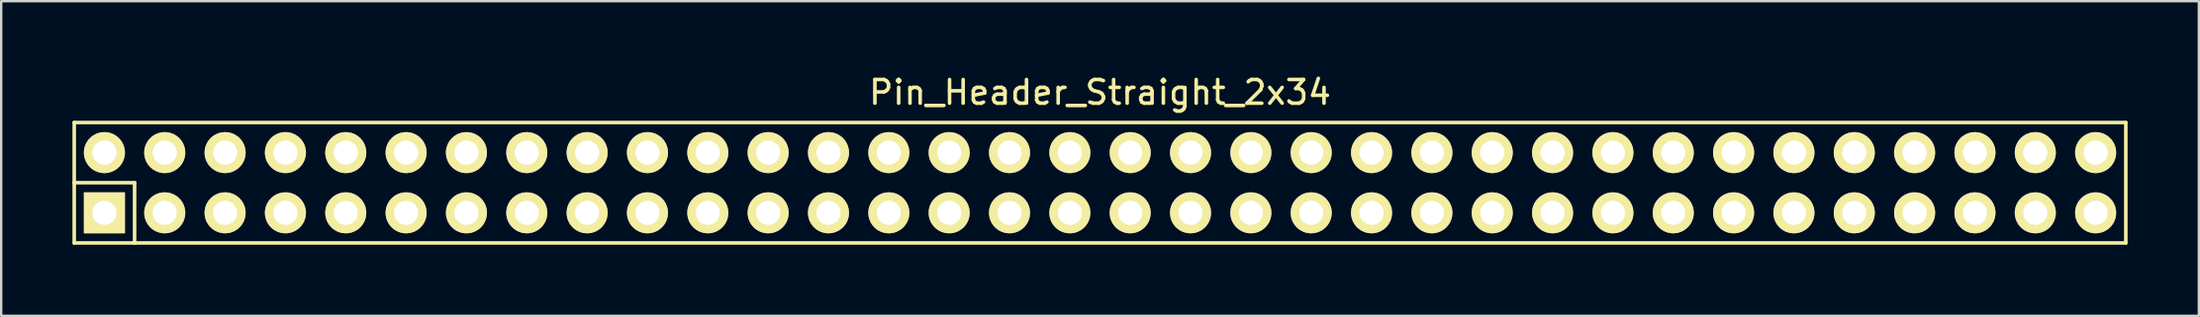
<source format=kicad_pcb>
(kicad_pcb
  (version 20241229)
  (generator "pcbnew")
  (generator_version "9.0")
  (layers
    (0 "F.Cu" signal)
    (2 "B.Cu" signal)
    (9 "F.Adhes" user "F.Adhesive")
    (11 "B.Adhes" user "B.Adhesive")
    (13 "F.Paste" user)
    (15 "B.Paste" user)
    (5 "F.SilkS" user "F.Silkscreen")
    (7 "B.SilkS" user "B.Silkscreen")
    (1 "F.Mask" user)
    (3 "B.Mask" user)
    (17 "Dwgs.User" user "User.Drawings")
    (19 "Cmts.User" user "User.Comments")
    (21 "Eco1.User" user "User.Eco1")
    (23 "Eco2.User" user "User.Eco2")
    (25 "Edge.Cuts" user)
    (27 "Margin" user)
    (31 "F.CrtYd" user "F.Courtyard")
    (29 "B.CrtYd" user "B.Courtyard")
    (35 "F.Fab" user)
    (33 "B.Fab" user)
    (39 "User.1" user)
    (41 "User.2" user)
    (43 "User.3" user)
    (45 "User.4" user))
  (footprint "Pin_Header_Straight_2x34"
    (layer "F.Cu")
    (at 43.255 4.658)
    (property "Reference" "Pin_Header_Straight_2x34" (at 0 -3.81 0) (layer "F.SilkS") (effects (font (size 1 1) (thickness 0.15))))
    (attr through_hole)
    (fp_line (start -43.18 -2.54) (end -43.18 0) (stroke (width 0.15) (type solid)) (layer "F.SilkS"))
    (fp_line (start -43.18 0) (end -40.64 0) (stroke (width 0.15) (type solid)) (layer "F.SilkS"))
    (fp_line (start -43.18 2.54) (end -43.18 0) (stroke (width 0.15) (type solid)) (layer "F.SilkS"))
    (fp_line (start -43.18 2.54) (end -40.64 2.54) (stroke (width 0.15) (type solid)) (layer "F.SilkS"))
    (fp_line (start -40.64 0) (end -40.64 2.54) (stroke (width 0.15) (type solid)) (layer "F.SilkS"))
    (fp_line (start -40.64 2.54) (end 43.18 2.54) (stroke (width 0.15) (type solid)) (layer "F.SilkS"))
    (fp_line (start 43.18 -2.54) (end -43.18 -2.54) (stroke (width 0.15) (type solid)) (layer "F.SilkS"))
    (fp_line (start 43.18 -2.54) (end 43.18 2.54) (stroke (width 0.15) (type solid)) (layer "F.SilkS"))
    (pad "1" thru_hole rect (at -41.91 1.27) (size 1.727 1.727) (drill 1.016) (layers "*.Cu" "*.Mask" "F.SilkS"))
    (pad "2" thru_hole oval (at -41.91 -1.27) (size 1.727 1.727) (drill 1.016) (layers "*.Cu" "*.Mask" "F.SilkS"))
    (pad "3" thru_hole oval (at -39.37 1.27) (size 1.727 1.727) (drill 1.016) (layers "*.Cu" "*.Mask" "F.SilkS"))
    (pad "4" thru_hole oval (at -39.37 -1.27) (size 1.727 1.727) (drill 1.016) (layers "*.Cu" "*.Mask" "F.SilkS"))
    (pad "5" thru_hole oval (at -36.83 1.27) (size 1.727 1.727) (drill 1.016) (layers "*.Cu" "*.Mask" "F.SilkS"))
    (pad "6" thru_hole oval (at -36.83 -1.27) (size 1.727 1.727) (drill 1.016) (layers "*.Cu" "*.Mask" "F.SilkS"))
    (pad "7" thru_hole oval (at -34.29 1.27) (size 1.727 1.727) (drill 1.016) (layers "*.Cu" "*.Mask" "F.SilkS"))
    (pad "8" thru_hole oval (at -34.29 -1.27) (size 1.727 1.727) (drill 1.016) (layers "*.Cu" "*.Mask" "F.SilkS"))
    (pad "9" thru_hole oval (at -31.75 1.27) (size 1.727 1.727) (drill 1.016) (layers "*.Cu" "*.Mask" "F.SilkS"))
    (pad "10" thru_hole oval (at -31.75 -1.27) (size 1.727 1.727) (drill 1.016) (layers "*.Cu" "*.Mask" "F.SilkS"))
    (pad "11" thru_hole oval (at -29.21 1.27) (size 1.727 1.727) (drill 1.016) (layers "*.Cu" "*.Mask" "F.SilkS"))
    (pad "12" thru_hole oval (at -29.21 -1.27) (size 1.727 1.727) (drill 1.016) (layers "*.Cu" "*.Mask" "F.SilkS"))
    (pad "13" thru_hole oval (at -26.67 1.27) (size 1.727 1.727) (drill 1.016) (layers "*.Cu" "*.Mask" "F.SilkS"))
    (pad "14" thru_hole oval (at -26.67 -1.27) (size 1.727 1.727) (drill 1.016) (layers "*.Cu" "*.Mask" "F.SilkS"))
    (pad "15" thru_hole oval (at -24.13 1.27) (size 1.727 1.727) (drill 1.016) (layers "*.Cu" "*.Mask" "F.SilkS"))
    (pad "16" thru_hole oval (at -24.13 -1.27) (size 1.727 1.727) (drill 1.016) (layers "*.Cu" "*.Mask" "F.SilkS"))
    (pad "17" thru_hole oval (at -21.59 1.27) (size 1.727 1.727) (drill 1.016) (layers "*.Cu" "*.Mask" "F.SilkS"))
    (pad "18" thru_hole oval (at -21.59 -1.27) (size 1.727 1.727) (drill 1.016) (layers "*.Cu" "*.Mask" "F.SilkS"))
    (pad "19" thru_hole oval (at -19.05 1.27) (size 1.727 1.727) (drill 1.016) (layers "*.Cu" "*.Mask" "F.SilkS"))
    (pad "20" thru_hole oval (at -19.05 -1.27) (size 1.727 1.727) (drill 1.016) (layers "*.Cu" "*.Mask" "F.SilkS"))
    (pad "21" thru_hole oval (at -16.51 1.27) (size 1.727 1.727) (drill 1.016) (layers "*.Cu" "*.Mask" "F.SilkS"))
    (pad "22" thru_hole oval (at -16.51 -1.27) (size 1.727 1.727) (drill 1.016) (layers "*.Cu" "*.Mask" "F.SilkS"))
    (pad "23" thru_hole oval (at -13.97 1.27) (size 1.727 1.727) (drill 1.016) (layers "*.Cu" "*.Mask" "F.SilkS"))
    (pad "24" thru_hole oval (at -13.97 -1.27) (size 1.727 1.727) (drill 1.016) (layers "*.Cu" "*.Mask" "F.SilkS"))
    (pad "25" thru_hole oval (at -11.43 1.27) (size 1.727 1.727) (drill 1.016) (layers "*.Cu" "*.Mask" "F.SilkS"))
    (pad "26" thru_hole oval (at -11.43 -1.27) (size 1.727 1.727) (drill 1.016) (layers "*.Cu" "*.Mask" "F.SilkS"))
    (pad "27" thru_hole oval (at -8.89 1.27) (size 1.727 1.727) (drill 1.016) (layers "*.Cu" "*.Mask" "F.SilkS"))
    (pad "28" thru_hole oval (at -8.89 -1.27) (size 1.727 1.727) (drill 1.016) (layers "*.Cu" "*.Mask" "F.SilkS"))
    (pad "29" thru_hole oval (at -6.35 1.27) (size 1.727 1.727) (drill 1.016) (layers "*.Cu" "*.Mask" "F.SilkS"))
    (pad "30" thru_hole oval (at -6.35 -1.27) (size 1.727 1.727) (drill 1.016) (layers "*.Cu" "*.Mask" "F.SilkS"))
    (pad "31" thru_hole oval (at -3.81 1.27) (size 1.727 1.727) (drill 1.016) (layers "*.Cu" "*.Mask" "F.SilkS"))
    (pad "32" thru_hole oval (at -3.81 -1.27) (size 1.727 1.727) (drill 1.016) (layers "*.Cu" "*.Mask" "F.SilkS"))
    (pad "33" thru_hole oval (at -1.27 1.27) (size 1.727 1.727) (drill 1.016) (layers "*.Cu" "*.Mask" "F.SilkS"))
    (pad "34" thru_hole oval (at -1.27 -1.27) (size 1.727 1.727) (drill 1.016) (layers "*.Cu" "*.Mask" "F.SilkS"))
    (pad "35" thru_hole oval (at 1.27 1.27) (size 1.727 1.727) (drill 1.016) (layers "*.Cu" "*.Mask" "F.SilkS"))
    (pad "36" thru_hole oval (at 1.27 -1.27) (size 1.727 1.727) (drill 1.016) (layers "*.Cu" "*.Mask" "F.SilkS"))
    (pad "37" thru_hole oval (at 3.81 1.27) (size 1.727 1.727) (drill 1.016) (layers "*.Cu" "*.Mask" "F.SilkS"))
    (pad "38" thru_hole oval (at 3.81 -1.27) (size 1.727 1.727) (drill 1.016) (layers "*.Cu" "*.Mask" "F.SilkS"))
    (pad "39" thru_hole oval (at 6.35 1.27) (size 1.727 1.727) (drill 1.016) (layers "*.Cu" "*.Mask" "F.SilkS"))
    (pad "40" thru_hole oval (at 6.35 -1.27) (size 1.727 1.727) (drill 1.016) (layers "*.Cu" "*.Mask" "F.SilkS"))
    (pad "41" thru_hole oval (at 8.89 1.27) (size 1.727 1.727) (drill 1.016) (layers "*.Cu" "*.Mask" "F.SilkS"))
    (pad "42" thru_hole oval (at 8.89 -1.27) (size 1.727 1.727) (drill 1.016) (layers "*.Cu" "*.Mask" "F.SilkS"))
    (pad "43" thru_hole oval (at 11.43 1.27) (size 1.727 1.727) (drill 1.016) (layers "*.Cu" "*.Mask" "F.SilkS"))
    (pad "44" thru_hole oval (at 11.43 -1.27) (size 1.727 1.727) (drill 1.016) (layers "*.Cu" "*.Mask" "F.SilkS"))
    (pad "45" thru_hole oval (at 13.97 1.27) (size 1.727 1.727) (drill 1.016) (layers "*.Cu" "*.Mask" "F.SilkS"))
    (pad "46" thru_hole oval (at 13.97 -1.27) (size 1.727 1.727) (drill 1.016) (layers "*.Cu" "*.Mask" "F.SilkS"))
    (pad "47" thru_hole oval (at 16.51 1.27) (size 1.727 1.727) (drill 1.016) (layers "*.Cu" "*.Mask" "F.SilkS"))
    (pad "48" thru_hole oval (at 16.51 -1.27) (size 1.727 1.727) (drill 1.016) (layers "*.Cu" "*.Mask" "F.SilkS"))
    (pad "49" thru_hole oval (at 19.05 1.27) (size 1.727 1.727) (drill 1.016) (layers "*.Cu" "*.Mask" "F.SilkS"))
    (pad "50" thru_hole oval (at 19.05 -1.27) (size 1.727 1.727) (drill 1.016) (layers "*.Cu" "*.Mask" "F.SilkS"))
    (pad "51" thru_hole oval (at 21.59 1.27) (size 1.727 1.727) (drill 1.016) (layers "*.Cu" "*.Mask" "F.SilkS"))
    (pad "52" thru_hole oval (at 21.59 -1.27) (size 1.727 1.727) (drill 1.016) (layers "*.Cu" "*.Mask" "F.SilkS"))
    (pad "53" thru_hole oval (at 24.13 1.27) (size 1.727 1.727) (drill 1.016) (layers "*.Cu" "*.Mask" "F.SilkS"))
    (pad "54" thru_hole oval (at 24.13 -1.27) (size 1.727 1.727) (drill 1.016) (layers "*.Cu" "*.Mask" "F.SilkS"))
    (pad "55" thru_hole oval (at 26.67 1.27) (size 1.727 1.727) (drill 1.016) (layers "*.Cu" "*.Mask" "F.SilkS"))
    (pad "56" thru_hole oval (at 26.67 -1.27) (size 1.727 1.727) (drill 1.016) (layers "*.Cu" "*.Mask" "F.SilkS"))
    (pad "57" thru_hole oval (at 29.21 1.27) (size 1.727 1.727) (drill 1.016) (layers "*.Cu" "*.Mask" "F.SilkS"))
    (pad "58" thru_hole oval (at 29.21 -1.27) (size 1.727 1.727) (drill 1.016) (layers "*.Cu" "*.Mask" "F.SilkS"))
    (pad "59" thru_hole oval (at 31.75 1.27) (size 1.727 1.727) (drill 1.016) (layers "*.Cu" "*.Mask" "F.SilkS"))
    (pad "60" thru_hole oval (at 31.75 -1.27) (size 1.727 1.727) (drill 1.016) (layers "*.Cu" "*.Mask" "F.SilkS"))
    (pad "61" thru_hole oval (at 34.29 1.27) (size 1.727 1.727) (drill 1.016) (layers "*.Cu" "*.Mask" "F.SilkS"))
    (pad "62" thru_hole oval (at 34.29 -1.27) (size 1.727 1.727) (drill 1.016) (layers "*.Cu" "*.Mask" "F.SilkS"))
    (pad "63" thru_hole oval (at 36.83 1.27) (size 1.727 1.727) (drill 1.016) (layers "*.Cu" "*.Mask" "F.SilkS"))
    (pad "64" thru_hole oval (at 36.83 -1.27) (size 1.727 1.727) (drill 1.016) (layers "*.Cu" "*.Mask" "F.SilkS"))
    (pad "65" thru_hole oval (at 39.37 1.27) (size 1.727 1.727) (drill 1.016) (layers "*.Cu" "*.Mask" "F.SilkS"))
    (pad "66" thru_hole oval (at 39.37 -1.27) (size 1.727 1.727) (drill 1.016) (layers "*.Cu" "*.Mask" "F.SilkS"))
    (pad "67" thru_hole oval (at 41.91 1.27) (size 1.727 1.727) (drill 1.016) (layers "*.Cu" "*.Mask" "F.SilkS"))
    (pad "68" thru_hole oval (at 41.91 -1.27) (size 1.727 1.727) (drill 1.016) (layers "*.Cu" "*.Mask" "F.SilkS")))
  (gr_rect
    (start -3 -3)
    (end 89.51 10.273)
    (stroke (width 0.1) (type default))
    (fill no)
    (layer "Edge.Cuts")))
</source>
